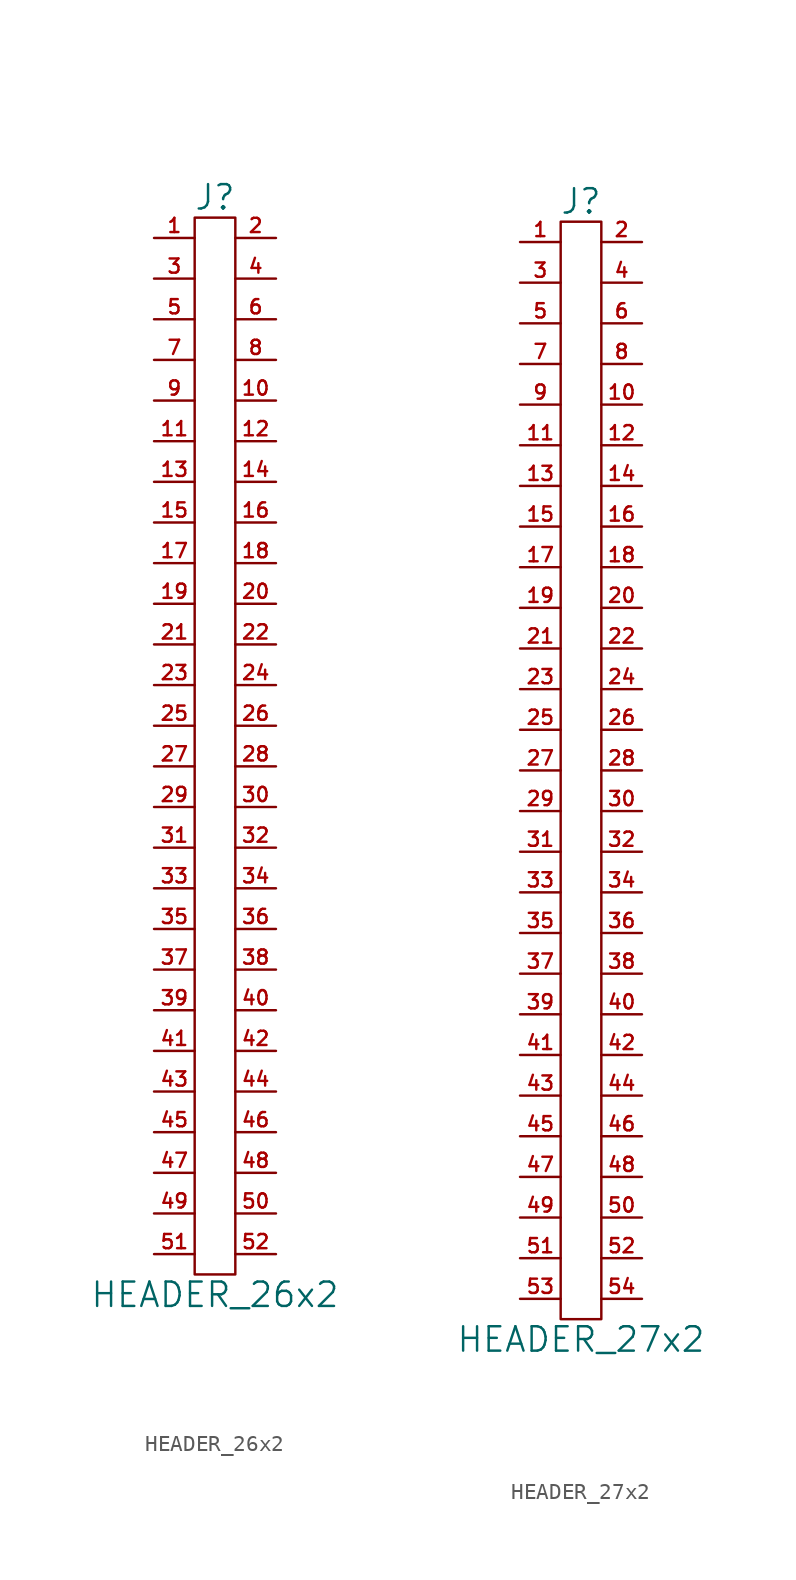
<source format=kicad_sym>
(kicad_symbol_lib
  (version 20201005)
  (generator kicad_symbol_editor)
  (symbol "HEADER_26x2"
    (pin_names
      (offset 0))
    (property "Reference" "J"
      (at 0 34.29 0)
      (effects (font (size 1.524 1.524))))
    (property "Value" "HEADER_26x2"
      (at 0 -34.29 0)
      (effects (font (size 1.524 1.524))))
    (property "Footprint" ""
      (at 0 -5.08 0)
      (effects (font (size 1.524 1.524))))
    (property "Datasheet" ""
      (at 0 -5.08 0)
      (effects (font (size 1.524 1.524))))
    (symbol "HEADER_26x2_0_1"
      (rectangle (start 1.27 -33.02) (end -1.27 33.02) (stroke (width 0)) (fill (type none))))
    (symbol "HEADER_26x2_1_1"
      (pin passive line (at -3.81 31.75 0) (length 2.54) (name "~" (effects (font (size 1.27 1.27)))) (number "1" (effects (font (size 0.889 0.889)))))
      (pin passive line (at 3.81 21.59 180) (length 2.54) (name "~" (effects (font (size 1.27 1.27)))) (number "10" (effects (font (size 0.889 0.889)))))
      (pin passive line (at -3.81 19.05 0) (length 2.54) (name "~" (effects (font (size 1.27 1.27)))) (number "11" (effects (font (size 0.889 0.889)))))
      (pin passive line (at 3.81 19.05 180) (length 2.54) (name "~" (effects (font (size 1.27 1.27)))) (number "12" (effects (font (size 0.889 0.889)))))
      (pin passive line (at -3.81 16.51 0) (length 2.54) (name "~" (effects (font (size 1.27 1.27)))) (number "13" (effects (font (size 0.889 0.889)))))
      (pin passive line (at 3.81 16.51 180) (length 2.54) (name "~" (effects (font (size 1.27 1.27)))) (number "14" (effects (font (size 0.889 0.889)))))
      (pin passive line (at -3.81 13.97 0) (length 2.54) (name "~" (effects (font (size 1.27 1.27)))) (number "15" (effects (font (size 0.889 0.889)))))
      (pin passive line (at 3.81 13.97 180) (length 2.54) (name "~" (effects (font (size 1.27 1.27)))) (number "16" (effects (font (size 0.889 0.889)))))
      (pin passive line (at -3.81 11.43 0) (length 2.54) (name "~" (effects (font (size 1.27 1.27)))) (number "17" (effects (font (size 0.889 0.889)))))
      (pin passive line (at 3.81 11.43 180) (length 2.54) (name "~" (effects (font (size 1.27 1.27)))) (number "18" (effects (font (size 0.889 0.889)))))
      (pin passive line (at -3.81 8.89 0) (length 2.54) (name "~" (effects (font (size 1.27 1.27)))) (number "19" (effects (font (size 0.889 0.889)))))
      (pin passive line (at 3.81 31.75 180) (length 2.54) (name "~" (effects (font (size 1.27 1.27)))) (number "2" (effects (font (size 0.889 0.889)))))
      (pin passive line (at 3.81 8.89 180) (length 2.54) (name "~" (effects (font (size 1.27 1.27)))) (number "20" (effects (font (size 0.889 0.889)))))
      (pin passive line (at -3.81 6.35 0) (length 2.54) (name "~" (effects (font (size 1.27 1.27)))) (number "21" (effects (font (size 0.889 0.889)))))
      (pin passive line (at 3.81 6.35 180) (length 2.54) (name "~" (effects (font (size 1.27 1.27)))) (number "22" (effects (font (size 0.889 0.889)))))
      (pin passive line (at -3.81 3.81 0) (length 2.54) (name "~" (effects (font (size 1.27 1.27)))) (number "23" (effects (font (size 0.889 0.889)))))
      (pin passive line (at 3.81 3.81 180) (length 2.54) (name "~" (effects (font (size 1.27 1.27)))) (number "24" (effects (font (size 0.889 0.889)))))
      (pin passive line (at -3.81 1.27 0) (length 2.54) (name "~" (effects (font (size 1.27 1.27)))) (number "25" (effects (font (size 0.889 0.889)))))
      (pin passive line (at 3.81 1.27 180) (length 2.54) (name "~" (effects (font (size 1.27 1.27)))) (number "26" (effects (font (size 0.889 0.889)))))
      (pin passive line (at -3.81 -1.27 0) (length 2.54) (name "~" (effects (font (size 1.27 1.27)))) (number "27" (effects (font (size 0.889 0.889)))))
      (pin passive line (at 3.81 -1.27 180) (length 2.54) (name "~" (effects (font (size 1.27 1.27)))) (number "28" (effects (font (size 0.889 0.889)))))
      (pin passive line (at -3.81 -3.81 0) (length 2.54) (name "~" (effects (font (size 1.27 1.27)))) (number "29" (effects (font (size 0.889 0.889)))))
      (pin passive line (at -3.81 29.21 0) (length 2.54) (name "~" (effects (font (size 1.27 1.27)))) (number "3" (effects (font (size 0.889 0.889)))))
      (pin passive line (at 3.81 -3.81 180) (length 2.54) (name "~" (effects (font (size 1.27 1.27)))) (number "30" (effects (font (size 0.889 0.889)))))
      (pin passive line (at -3.81 -6.35 0) (length 2.54) (name "~" (effects (font (size 1.27 1.27)))) (number "31" (effects (font (size 0.889 0.889)))))
      (pin passive line (at 3.81 -6.35 180) (length 2.54) (name "~" (effects (font (size 1.27 1.27)))) (number "32" (effects (font (size 0.889 0.889)))))
      (pin passive line (at -3.81 -8.89 0) (length 2.54) (name "~" (effects (font (size 1.27 1.27)))) (number "33" (effects (font (size 0.889 0.889)))))
      (pin passive line (at 3.81 -8.89 180) (length 2.54) (name "~" (effects (font (size 1.27 1.27)))) (number "34" (effects (font (size 0.889 0.889)))))
      (pin passive line (at -3.81 -11.43 0) (length 2.54) (name "~" (effects (font (size 1.27 1.27)))) (number "35" (effects (font (size 0.889 0.889)))))
      (pin passive line (at 3.81 -11.43 180) (length 2.54) (name "~" (effects (font (size 1.27 1.27)))) (number "36" (effects (font (size 0.889 0.889)))))
      (pin passive line (at -3.81 -13.97 0) (length 2.54) (name "~" (effects (font (size 0.889 0.889)))) (number "37" (effects (font (size 0.889 0.889)))))
      (pin passive line (at 3.81 -13.97 180) (length 2.54) (name "~" (effects (font (size 1.27 1.27)))) (number "38" (effects (font (size 0.889 0.889)))))
      (pin passive line (at -3.81 -16.51 0) (length 2.54) (name "~" (effects (font (size 1.27 1.27)))) (number "39" (effects (font (size 0.889 0.889)))))
      (pin passive line (at 3.81 29.21 180) (length 2.54) (name "~" (effects (font (size 1.27 1.27)))) (number "4" (effects (font (size 0.889 0.889)))))
      (pin passive line (at 3.81 -16.51 180) (length 2.54) (name "~" (effects (font (size 1.27 1.27)))) (number "40" (effects (font (size 0.889 0.889)))))
      (pin passive line (at -3.81 -19.05 0) (length 2.54) (name "~" (effects (font (size 1.27 1.27)))) (number "41" (effects (font (size 0.889 0.889)))))
      (pin passive line (at 3.81 -19.05 180) (length 2.54) (name "~" (effects (font (size 1.27 1.27)))) (number "42" (effects (font (size 0.889 0.889)))))
      (pin passive line (at -3.81 -21.59 0) (length 2.54) (name "~" (effects (font (size 1.27 1.27)))) (number "43" (effects (font (size 0.889 0.889)))))
      (pin passive line (at 3.81 -21.59 180) (length 2.54) (name "~" (effects (font (size 1.27 1.27)))) (number "44" (effects (font (size 0.889 0.889)))))
      (pin passive line (at -3.81 -24.13 0) (length 2.54) (name "~" (effects (font (size 1.27 1.27)))) (number "45" (effects (font (size 0.889 0.889)))))
      (pin passive line (at 3.81 -24.13 180) (length 2.54) (name "~" (effects (font (size 1.27 1.27)))) (number "46" (effects (font (size 0.889 0.889)))))
      (pin passive line (at -3.81 -26.67 0) (length 2.54) (name "~" (effects (font (size 1.27 1.27)))) (number "47" (effects (font (size 0.889 0.889)))))
      (pin passive line (at 3.81 -26.67 180) (length 2.54) (name "~" (effects (font (size 1.27 1.27)))) (number "48" (effects (font (size 0.889 0.889)))))
      (pin passive line (at -3.81 -29.21 0) (length 2.54) (name "~" (effects (font (size 1.27 1.27)))) (number "49" (effects (font (size 0.889 0.889)))))
      (pin passive line (at -3.81 26.67 0) (length 2.54) (name "~" (effects (font (size 1.27 1.27)))) (number "5" (effects (font (size 0.889 0.889)))))
      (pin passive line (at 3.81 -29.21 180) (length 2.54) (name "~" (effects (font (size 1.27 1.27)))) (number "50" (effects (font (size 0.889 0.889)))))
      (pin passive line (at -3.81 -31.75 0) (length 2.54) (name "~" (effects (font (size 1.27 1.27)))) (number "51" (effects (font (size 0.889 0.889)))))
      (pin passive line (at 3.81 -31.75 180) (length 2.54) (name "~" (effects (font (size 1.27 1.27)))) (number "52" (effects (font (size 0.889 0.889)))))
      (pin passive line (at 3.81 26.67 180) (length 2.54) (name "~" (effects (font (size 1.27 1.27)))) (number "6" (effects (font (size 0.889 0.889)))))
      (pin passive line (at -3.81 24.13 0) (length 2.54) (name "~" (effects (font (size 1.27 1.27)))) (number "7" (effects (font (size 0.889 0.889)))))
      (pin passive line (at 3.81 24.13 180) (length 2.54) (name "~" (effects (font (size 1.27 1.27)))) (number "8" (effects (font (size 0.889 0.889)))))
      (pin passive line (at -3.81 21.59 0) (length 2.54) (name "~" (effects (font (size 1.27 1.27)))) (number "9" (effects (font (size 0.889 0.889)))))))
  (symbol "HEADER_27x2"
    (pin_names
      (offset 0))
    (property "Reference" "J"
      (at 0 35.56 0)
      (effects (font (size 1.524 1.524))))
    (property "Value" "HEADER_27x2"
      (at 0 -35.56 0)
      (effects (font (size 1.524 1.524))))
    (property "Footprint" ""
      (at 0 -3.81 0)
      (effects (font (size 1.524 1.524))))
    (property "Datasheet" ""
      (at 0 -3.81 0)
      (effects (font (size 1.524 1.524))))
    (symbol "HEADER_27x2_0_1"
      (rectangle (start 1.27 -34.29) (end -1.27 34.29) (stroke (width 0)) (fill (type none))))
    (symbol "HEADER_27x2_1_1"
      (pin passive line (at -3.81 33.02 0) (length 2.54) (name "~" (effects (font (size 1.27 1.27)))) (number "1" (effects (font (size 0.889 0.889)))))
      (pin passive line (at 3.81 22.86 180) (length 2.54) (name "~" (effects (font (size 1.27 1.27)))) (number "10" (effects (font (size 0.889 0.889)))))
      (pin passive line (at -3.81 20.32 0) (length 2.54) (name "~" (effects (font (size 1.27 1.27)))) (number "11" (effects (font (size 0.889 0.889)))))
      (pin passive line (at 3.81 20.32 180) (length 2.54) (name "~" (effects (font (size 1.27 1.27)))) (number "12" (effects (font (size 0.889 0.889)))))
      (pin passive line (at -3.81 17.78 0) (length 2.54) (name "~" (effects (font (size 1.27 1.27)))) (number "13" (effects (font (size 0.889 0.889)))))
      (pin passive line (at 3.81 17.78 180) (length 2.54) (name "~" (effects (font (size 1.27 1.27)))) (number "14" (effects (font (size 0.889 0.889)))))
      (pin passive line (at -3.81 15.24 0) (length 2.54) (name "~" (effects (font (size 1.27 1.27)))) (number "15" (effects (font (size 0.889 0.889)))))
      (pin passive line (at 3.81 15.24 180) (length 2.54) (name "~" (effects (font (size 1.27 1.27)))) (number "16" (effects (font (size 0.889 0.889)))))
      (pin passive line (at -3.81 12.7 0) (length 2.54) (name "~" (effects (font (size 1.27 1.27)))) (number "17" (effects (font (size 0.889 0.889)))))
      (pin passive line (at 3.81 12.7 180) (length 2.54) (name "~" (effects (font (size 1.27 1.27)))) (number "18" (effects (font (size 0.889 0.889)))))
      (pin passive line (at -3.81 10.16 0) (length 2.54) (name "~" (effects (font (size 1.27 1.27)))) (number "19" (effects (font (size 0.889 0.889)))))
      (pin passive line (at 3.81 33.02 180) (length 2.54) (name "~" (effects (font (size 1.27 1.27)))) (number "2" (effects (font (size 0.889 0.889)))))
      (pin passive line (at 3.81 10.16 180) (length 2.54) (name "~" (effects (font (size 1.27 1.27)))) (number "20" (effects (font (size 0.889 0.889)))))
      (pin passive line (at -3.81 7.62 0) (length 2.54) (name "~" (effects (font (size 1.27 1.27)))) (number "21" (effects (font (size 0.889 0.889)))))
      (pin passive line (at 3.81 7.62 180) (length 2.54) (name "~" (effects (font (size 1.27 1.27)))) (number "22" (effects (font (size 0.889 0.889)))))
      (pin passive line (at -3.81 5.08 0) (length 2.54) (name "~" (effects (font (size 1.27 1.27)))) (number "23" (effects (font (size 0.889 0.889)))))
      (pin passive line (at 3.81 5.08 180) (length 2.54) (name "~" (effects (font (size 1.27 1.27)))) (number "24" (effects (font (size 0.889 0.889)))))
      (pin passive line (at -3.81 2.54 0) (length 2.54) (name "~" (effects (font (size 1.27 1.27)))) (number "25" (effects (font (size 0.889 0.889)))))
      (pin passive line (at 3.81 2.54 180) (length 2.54) (name "~" (effects (font (size 1.27 1.27)))) (number "26" (effects (font (size 0.889 0.889)))))
      (pin passive line (at -3.81 0 0) (length 2.54) (name "~" (effects (font (size 1.27 1.27)))) (number "27" (effects (font (size 0.889 0.889)))))
      (pin passive line (at 3.81 0 180) (length 2.54) (name "~" (effects (font (size 1.27 1.27)))) (number "28" (effects (font (size 0.889 0.889)))))
      (pin passive line (at -3.81 -2.54 0) (length 2.54) (name "~" (effects (font (size 1.27 1.27)))) (number "29" (effects (font (size 0.889 0.889)))))
      (pin passive line (at -3.81 30.48 0) (length 2.54) (name "~" (effects (font (size 1.27 1.27)))) (number "3" (effects (font (size 0.889 0.889)))))
      (pin passive line (at 3.81 -2.54 180) (length 2.54) (name "~" (effects (font (size 1.27 1.27)))) (number "30" (effects (font (size 0.889 0.889)))))
      (pin passive line (at -3.81 -5.08 0) (length 2.54) (name "~" (effects (font (size 1.27 1.27)))) (number "31" (effects (font (size 0.889 0.889)))))
      (pin passive line (at 3.81 -5.08 180) (length 2.54) (name "~" (effects (font (size 1.27 1.27)))) (number "32" (effects (font (size 0.889 0.889)))))
      (pin passive line (at -3.81 -7.62 0) (length 2.54) (name "~" (effects (font (size 1.27 1.27)))) (number "33" (effects (font (size 0.889 0.889)))))
      (pin passive line (at 3.81 -7.62 180) (length 2.54) (name "~" (effects (font (size 1.27 1.27)))) (number "34" (effects (font (size 0.889 0.889)))))
      (pin passive line (at -3.81 -10.16 0) (length 2.54) (name "~" (effects (font (size 1.27 1.27)))) (number "35" (effects (font (size 0.889 0.889)))))
      (pin passive line (at 3.81 -10.16 180) (length 2.54) (name "~" (effects (font (size 1.27 1.27)))) (number "36" (effects (font (size 0.889 0.889)))))
      (pin passive line (at -3.81 -12.7 0) (length 2.54) (name "~" (effects (font (size 0.889 0.889)))) (number "37" (effects (font (size 0.889 0.889)))))
      (pin passive line (at 3.81 -12.7 180) (length 2.54) (name "~" (effects (font (size 1.27 1.27)))) (number "38" (effects (font (size 0.889 0.889)))))
      (pin passive line (at -3.81 -15.24 0) (length 2.54) (name "~" (effects (font (size 1.27 1.27)))) (number "39" (effects (font (size 0.889 0.889)))))
      (pin passive line (at 3.81 30.48 180) (length 2.54) (name "~" (effects (font (size 1.27 1.27)))) (number "4" (effects (font (size 0.889 0.889)))))
      (pin passive line (at 3.81 -15.24 180) (length 2.54) (name "~" (effects (font (size 1.27 1.27)))) (number "40" (effects (font (size 0.889 0.889)))))
      (pin passive line (at -3.81 -17.78 0) (length 2.54) (name "~" (effects (font (size 1.27 1.27)))) (number "41" (effects (font (size 0.889 0.889)))))
      (pin passive line (at 3.81 -17.78 180) (length 2.54) (name "~" (effects (font (size 1.27 1.27)))) (number "42" (effects (font (size 0.889 0.889)))))
      (pin passive line (at -3.81 -20.32 0) (length 2.54) (name "~" (effects (font (size 1.27 1.27)))) (number "43" (effects (font (size 0.889 0.889)))))
      (pin passive line (at 3.81 -20.32 180) (length 2.54) (name "~" (effects (font (size 1.27 1.27)))) (number "44" (effects (font (size 0.889 0.889)))))
      (pin passive line (at -3.81 -22.86 0) (length 2.54) (name "~" (effects (font (size 1.27 1.27)))) (number "45" (effects (font (size 0.889 0.889)))))
      (pin passive line (at 3.81 -22.86 180) (length 2.54) (name "~" (effects (font (size 1.27 1.27)))) (number "46" (effects (font (size 0.889 0.889)))))
      (pin passive line (at -3.81 -25.4 0) (length 2.54) (name "~" (effects (font (size 1.27 1.27)))) (number "47" (effects (font (size 0.889 0.889)))))
      (pin passive line (at 3.81 -25.4 180) (length 2.54) (name "~" (effects (font (size 1.27 1.27)))) (number "48" (effects (font (size 0.889 0.889)))))
      (pin passive line (at -3.81 -27.94 0) (length 2.54) (name "~" (effects (font (size 1.27 1.27)))) (number "49" (effects (font (size 0.889 0.889)))))
      (pin passive line (at -3.81 27.94 0) (length 2.54) (name "~" (effects (font (size 1.27 1.27)))) (number "5" (effects (font (size 0.889 0.889)))))
      (pin passive line (at 3.81 -27.94 180) (length 2.54) (name "~" (effects (font (size 1.27 1.27)))) (number "50" (effects (font (size 0.889 0.889)))))
      (pin passive line (at -3.81 -30.48 0) (length 2.54) (name "~" (effects (font (size 1.27 1.27)))) (number "51" (effects (font (size 0.889 0.889)))))
      (pin passive line (at 3.81 -30.48 180) (length 2.54) (name "~" (effects (font (size 1.27 1.27)))) (number "52" (effects (font (size 0.889 0.889)))))
      (pin passive line (at -3.81 -33.02 0) (length 2.54) (name "~" (effects (font (size 1.27 1.27)))) (number "53" (effects (font (size 0.889 0.889)))))
      (pin passive line (at 3.81 -33.02 180) (length 2.54) (name "~" (effects (font (size 1.27 1.27)))) (number "54" (effects (font (size 0.889 0.889)))))
      (pin passive line (at 3.81 27.94 180) (length 2.54) (name "~" (effects (font (size 1.27 1.27)))) (number "6" (effects (font (size 0.889 0.889)))))
      (pin passive line (at -3.81 25.4 0) (length 2.54) (name "~" (effects (font (size 1.27 1.27)))) (number "7" (effects (font (size 0.889 0.889)))))
      (pin passive line (at 3.81 25.4 180) (length 2.54) (name "~" (effects (font (size 1.27 1.27)))) (number "8" (effects (font (size 0.889 0.889)))))
      (pin passive line (at -3.81 22.86 0) (length 2.54) (name "~" (effects (font (size 1.27 1.27)))) (number "9" (effects (font (size 0.889 0.889))))))))
</source>
